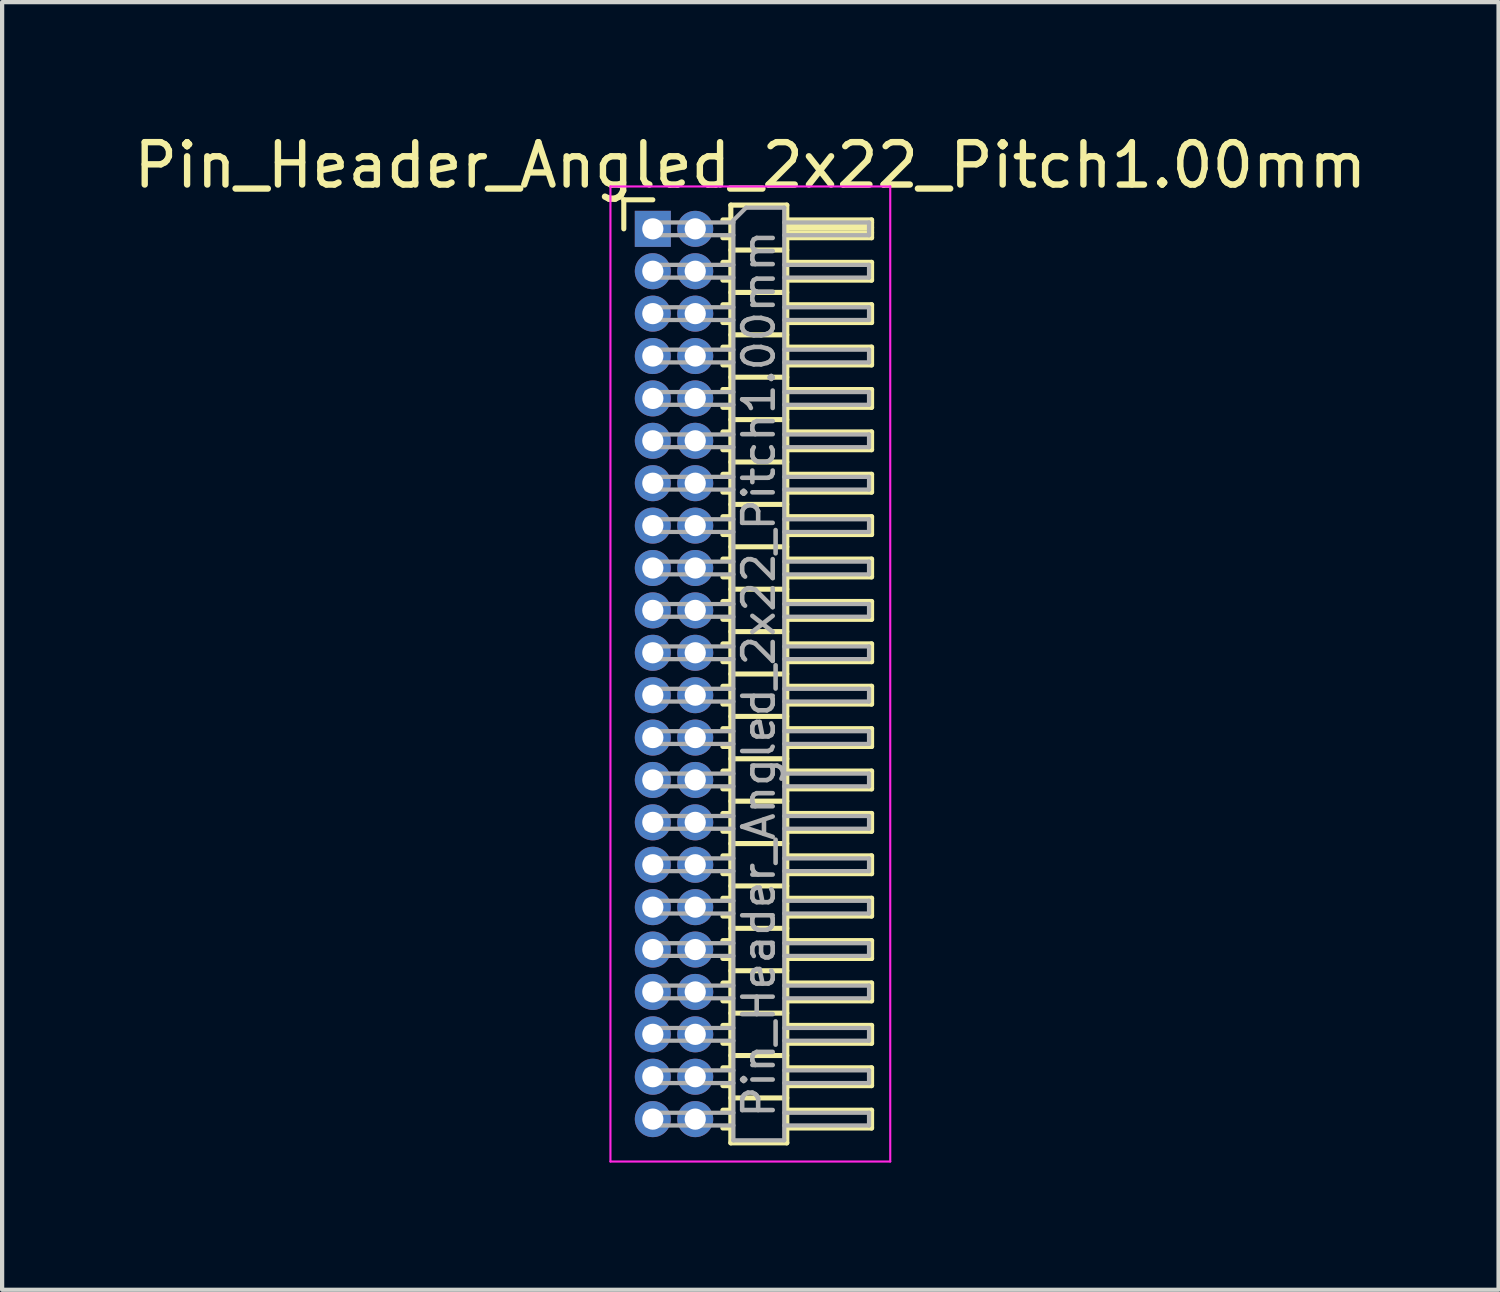
<source format=kicad_pcb>
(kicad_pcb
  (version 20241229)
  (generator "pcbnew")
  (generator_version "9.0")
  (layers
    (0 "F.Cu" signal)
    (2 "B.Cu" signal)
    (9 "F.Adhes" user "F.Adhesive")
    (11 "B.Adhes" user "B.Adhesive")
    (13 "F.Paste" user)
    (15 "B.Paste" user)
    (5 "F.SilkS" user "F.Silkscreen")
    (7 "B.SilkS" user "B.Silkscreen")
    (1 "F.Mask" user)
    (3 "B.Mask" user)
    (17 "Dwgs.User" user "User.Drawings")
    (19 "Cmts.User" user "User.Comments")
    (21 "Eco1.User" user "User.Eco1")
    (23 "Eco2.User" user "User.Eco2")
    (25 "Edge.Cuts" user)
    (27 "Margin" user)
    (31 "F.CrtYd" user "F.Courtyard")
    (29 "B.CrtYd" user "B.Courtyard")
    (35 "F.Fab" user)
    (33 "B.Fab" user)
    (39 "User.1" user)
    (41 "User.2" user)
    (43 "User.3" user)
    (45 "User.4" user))
  (footprint "Pin_Header_Angled_2x22_Pitch1.00mm"
    (layer "F.Cu")
    (at 12.349 2.348)
    (property "Reference" "Pin_Header_Angled_2x22_Pitch1.00mm" (at 2.3 -1.5 0) (layer "F.SilkS") (effects (font (size 1 1) (thickness 0.15))))
    (attr through_hole)
    (fp_line (start -0.685 -0.685) (end 0 -0.685) (stroke (width 0.12) (type solid)) (layer "F.SilkS"))
    (fp_line (start -0.685 0) (end -0.685 -0.685) (stroke (width 0.12) (type solid)) (layer "F.SilkS"))
    (fp_line (start 1.652 -0.21) (end 1.84 -0.21) (stroke (width 0.12) (type solid)) (layer "F.SilkS"))
    (fp_line (start 1.652 0.21) (end 1.84 0.21) (stroke (width 0.12) (type solid)) (layer "F.SilkS"))
    (fp_line (start 1.652 0.79) (end 1.84 0.79) (stroke (width 0.12) (type solid)) (layer "F.SilkS"))
    (fp_line (start 1.652 1.21) (end 1.84 1.21) (stroke (width 0.12) (type solid)) (layer "F.SilkS"))
    (fp_line (start 1.652 1.79) (end 1.84 1.79) (stroke (width 0.12) (type solid)) (layer "F.SilkS"))
    (fp_line (start 1.652 2.21) (end 1.84 2.21) (stroke (width 0.12) (type solid)) (layer "F.SilkS"))
    (fp_line (start 1.652 2.79) (end 1.84 2.79) (stroke (width 0.12) (type solid)) (layer "F.SilkS"))
    (fp_line (start 1.652 3.21) (end 1.84 3.21) (stroke (width 0.12) (type solid)) (layer "F.SilkS"))
    (fp_line (start 1.652 3.79) (end 1.84 3.79) (stroke (width 0.12) (type solid)) (layer "F.SilkS"))
    (fp_line (start 1.652 4.21) (end 1.84 4.21) (stroke (width 0.12) (type solid)) (layer "F.SilkS"))
    (fp_line (start 1.652 4.79) (end 1.84 4.79) (stroke (width 0.12) (type solid)) (layer "F.SilkS"))
    (fp_line (start 1.652 5.21) (end 1.84 5.21) (stroke (width 0.12) (type solid)) (layer "F.SilkS"))
    (fp_line (start 1.652 5.79) (end 1.84 5.79) (stroke (width 0.12) (type solid)) (layer "F.SilkS"))
    (fp_line (start 1.652 6.21) (end 1.84 6.21) (stroke (width 0.12) (type solid)) (layer "F.SilkS"))
    (fp_line (start 1.652 6.79) (end 1.84 6.79) (stroke (width 0.12) (type solid)) (layer "F.SilkS"))
    (fp_line (start 1.652 7.21) (end 1.84 7.21) (stroke (width 0.12) (type solid)) (layer "F.SilkS"))
    (fp_line (start 1.652 7.79) (end 1.84 7.79) (stroke (width 0.12) (type solid)) (layer "F.SilkS"))
    (fp_line (start 1.652 8.21) (end 1.84 8.21) (stroke (width 0.12) (type solid)) (layer "F.SilkS"))
    (fp_line (start 1.652 8.79) (end 1.84 8.79) (stroke (width 0.12) (type solid)) (layer "F.SilkS"))
    (fp_line (start 1.652 9.21) (end 1.84 9.21) (stroke (width 0.12) (type solid)) (layer "F.SilkS"))
    (fp_line (start 1.652 9.79) (end 1.84 9.79) (stroke (width 0.12) (type solid)) (layer "F.SilkS"))
    (fp_line (start 1.652 10.21) (end 1.84 10.21) (stroke (width 0.12) (type solid)) (layer "F.SilkS"))
    (fp_line (start 1.652 10.79) (end 1.84 10.79) (stroke (width 0.12) (type solid)) (layer "F.SilkS"))
    (fp_line (start 1.652 11.21) (end 1.84 11.21) (stroke (width 0.12) (type solid)) (layer "F.SilkS"))
    (fp_line (start 1.652 11.79) (end 1.84 11.79) (stroke (width 0.12) (type solid)) (layer "F.SilkS"))
    (fp_line (start 1.652 12.21) (end 1.84 12.21) (stroke (width 0.12) (type solid)) (layer "F.SilkS"))
    (fp_line (start 1.652 12.79) (end 1.84 12.79) (stroke (width 0.12) (type solid)) (layer "F.SilkS"))
    (fp_line (start 1.652 13.21) (end 1.84 13.21) (stroke (width 0.12) (type solid)) (layer "F.SilkS"))
    (fp_line (start 1.652 13.79) (end 1.84 13.79) (stroke (width 0.12) (type solid)) (layer "F.SilkS"))
    (fp_line (start 1.652 14.21) (end 1.84 14.21) (stroke (width 0.12) (type solid)) (layer "F.SilkS"))
    (fp_line (start 1.652 14.79) (end 1.84 14.79) (stroke (width 0.12) (type solid)) (layer "F.SilkS"))
    (fp_line (start 1.652 15.21) (end 1.84 15.21) (stroke (width 0.12) (type solid)) (layer "F.SilkS"))
    (fp_line (start 1.652 15.79) (end 1.84 15.79) (stroke (width 0.12) (type solid)) (layer "F.SilkS"))
    (fp_line (start 1.652 16.21) (end 1.84 16.21) (stroke (width 0.12) (type solid)) (layer "F.SilkS"))
    (fp_line (start 1.652 16.79) (end 1.84 16.79) (stroke (width 0.12) (type solid)) (layer "F.SilkS"))
    (fp_line (start 1.652 17.21) (end 1.84 17.21) (stroke (width 0.12) (type solid)) (layer "F.SilkS"))
    (fp_line (start 1.652 17.79) (end 1.84 17.79) (stroke (width 0.12) (type solid)) (layer "F.SilkS"))
    (fp_line (start 1.652 18.21) (end 1.84 18.21) (stroke (width 0.12) (type solid)) (layer "F.SilkS"))
    (fp_line (start 1.652 18.79) (end 1.84 18.79) (stroke (width 0.12) (type solid)) (layer "F.SilkS"))
    (fp_line (start 1.652 19.21) (end 1.84 19.21) (stroke (width 0.12) (type solid)) (layer "F.SilkS"))
    (fp_line (start 1.652 19.79) (end 1.84 19.79) (stroke (width 0.12) (type solid)) (layer "F.SilkS"))
    (fp_line (start 1.652 20.21) (end 1.84 20.21) (stroke (width 0.12) (type solid)) (layer "F.SilkS"))
    (fp_line (start 1.652 20.79) (end 1.84 20.79) (stroke (width 0.12) (type solid)) (layer "F.SilkS"))
    (fp_line (start 1.652 21.21) (end 1.84 21.21) (stroke (width 0.12) (type solid)) (layer "F.SilkS"))
    (fp_line (start 1.84 -0.56) (end 1.84 21.56) (stroke (width 0.12) (type solid)) (layer "F.SilkS"))
    (fp_line (start 1.84 0.5) (end 3.16 0.5) (stroke (width 0.12) (type solid)) (layer "F.SilkS"))
    (fp_line (start 1.84 1.5) (end 3.16 1.5) (stroke (width 0.12) (type solid)) (layer "F.SilkS"))
    (fp_line (start 1.84 2.5) (end 3.16 2.5) (stroke (width 0.12) (type solid)) (layer "F.SilkS"))
    (fp_line (start 1.84 3.5) (end 3.16 3.5) (stroke (width 0.12) (type solid)) (layer "F.SilkS"))
    (fp_line (start 1.84 4.5) (end 3.16 4.5) (stroke (width 0.12) (type solid)) (layer "F.SilkS"))
    (fp_line (start 1.84 5.5) (end 3.16 5.5) (stroke (width 0.12) (type solid)) (layer "F.SilkS"))
    (fp_line (start 1.84 6.5) (end 3.16 6.5) (stroke (width 0.12) (type solid)) (layer "F.SilkS"))
    (fp_line (start 1.84 7.5) (end 3.16 7.5) (stroke (width 0.12) (type solid)) (layer "F.SilkS"))
    (fp_line (start 1.84 8.5) (end 3.16 8.5) (stroke (width 0.12) (type solid)) (layer "F.SilkS"))
    (fp_line (start 1.84 9.5) (end 3.16 9.5) (stroke (width 0.12) (type solid)) (layer "F.SilkS"))
    (fp_line (start 1.84 10.5) (end 3.16 10.5) (stroke (width 0.12) (type solid)) (layer "F.SilkS"))
    (fp_line (start 1.84 11.5) (end 3.16 11.5) (stroke (width 0.12) (type solid)) (layer "F.SilkS"))
    (fp_line (start 1.84 12.5) (end 3.16 12.5) (stroke (width 0.12) (type solid)) (layer "F.SilkS"))
    (fp_line (start 1.84 13.5) (end 3.16 13.5) (stroke (width 0.12) (type solid)) (layer "F.SilkS"))
    (fp_line (start 1.84 14.5) (end 3.16 14.5) (stroke (width 0.12) (type solid)) (layer "F.SilkS"))
    (fp_line (start 1.84 15.5) (end 3.16 15.5) (stroke (width 0.12) (type solid)) (layer "F.SilkS"))
    (fp_line (start 1.84 16.5) (end 3.16 16.5) (stroke (width 0.12) (type solid)) (layer "F.SilkS"))
    (fp_line (start 1.84 17.5) (end 3.16 17.5) (stroke (width 0.12) (type solid)) (layer "F.SilkS"))
    (fp_line (start 1.84 18.5) (end 3.16 18.5) (stroke (width 0.12) (type solid)) (layer "F.SilkS"))
    (fp_line (start 1.84 19.5) (end 3.16 19.5) (stroke (width 0.12) (type solid)) (layer "F.SilkS"))
    (fp_line (start 1.84 20.5) (end 3.16 20.5) (stroke (width 0.12) (type solid)) (layer "F.SilkS"))
    (fp_line (start 1.84 21.56) (end 3.16 21.56) (stroke (width 0.12) (type solid)) (layer "F.SilkS"))
    (fp_line (start 3.16 -0.56) (end 1.84 -0.56) (stroke (width 0.12) (type solid)) (layer "F.SilkS"))
    (fp_line (start 3.16 -0.21) (end 5.16 -0.21) (stroke (width 0.12) (type solid)) (layer "F.SilkS"))
    (fp_line (start 3.16 -0.15) (end 5.16 -0.15) (stroke (width 0.12) (type solid)) (layer "F.SilkS"))
    (fp_line (start 3.16 -0.03) (end 5.16 -0.03) (stroke (width 0.12) (type solid)) (layer "F.SilkS"))
    (fp_line (start 3.16 0.09) (end 5.16 0.09) (stroke (width 0.12) (type solid)) (layer "F.SilkS"))
    (fp_line (start 3.16 0.79) (end 5.16 0.79) (stroke (width 0.12) (type solid)) (layer "F.SilkS"))
    (fp_line (start 3.16 1.79) (end 5.16 1.79) (stroke (width 0.12) (type solid)) (layer "F.SilkS"))
    (fp_line (start 3.16 2.79) (end 5.16 2.79) (stroke (width 0.12) (type solid)) (layer "F.SilkS"))
    (fp_line (start 3.16 3.79) (end 5.16 3.79) (stroke (width 0.12) (type solid)) (layer "F.SilkS"))
    (fp_line (start 3.16 4.79) (end 5.16 4.79) (stroke (width 0.12) (type solid)) (layer "F.SilkS"))
    (fp_line (start 3.16 5.79) (end 5.16 5.79) (stroke (width 0.12) (type solid)) (layer "F.SilkS"))
    (fp_line (start 3.16 6.79) (end 5.16 6.79) (stroke (width 0.12) (type solid)) (layer "F.SilkS"))
    (fp_line (start 3.16 7.79) (end 5.16 7.79) (stroke (width 0.12) (type solid)) (layer "F.SilkS"))
    (fp_line (start 3.16 8.79) (end 5.16 8.79) (stroke (width 0.12) (type solid)) (layer "F.SilkS"))
    (fp_line (start 3.16 9.79) (end 5.16 9.79) (stroke (width 0.12) (type solid)) (layer "F.SilkS"))
    (fp_line (start 3.16 10.79) (end 5.16 10.79) (stroke (width 0.12) (type solid)) (layer "F.SilkS"))
    (fp_line (start 3.16 11.79) (end 5.16 11.79) (stroke (width 0.12) (type solid)) (layer "F.SilkS"))
    (fp_line (start 3.16 12.79) (end 5.16 12.79) (stroke (width 0.12) (type solid)) (layer "F.SilkS"))
    (fp_line (start 3.16 13.79) (end 5.16 13.79) (stroke (width 0.12) (type solid)) (layer "F.SilkS"))
    (fp_line (start 3.16 14.79) (end 5.16 14.79) (stroke (width 0.12) (type solid)) (layer "F.SilkS"))
    (fp_line (start 3.16 15.79) (end 5.16 15.79) (stroke (width 0.12) (type solid)) (layer "F.SilkS"))
    (fp_line (start 3.16 16.79) (end 5.16 16.79) (stroke (width 0.12) (type solid)) (layer "F.SilkS"))
    (fp_line (start 3.16 17.79) (end 5.16 17.79) (stroke (width 0.12) (type solid)) (layer "F.SilkS"))
    (fp_line (start 3.16 18.79) (end 5.16 18.79) (stroke (width 0.12) (type solid)) (layer "F.SilkS"))
    (fp_line (start 3.16 19.79) (end 5.16 19.79) (stroke (width 0.12) (type solid)) (layer "F.SilkS"))
    (fp_line (start 3.16 20.79) (end 5.16 20.79) (stroke (width 0.12) (type solid)) (layer "F.SilkS"))
    (fp_line (start 3.16 21.56) (end 3.16 -0.56) (stroke (width 0.12) (type solid)) (layer "F.SilkS"))
    (fp_line (start 5.16 -0.21) (end 5.16 0.21) (stroke (width 0.12) (type solid)) (layer "F.SilkS"))
    (fp_line (start 5.16 0.21) (end 3.16 0.21) (stroke (width 0.12) (type solid)) (layer "F.SilkS"))
    (fp_line (start 5.16 0.79) (end 5.16 1.21) (stroke (width 0.12) (type solid)) (layer "F.SilkS"))
    (fp_line (start 5.16 1.21) (end 3.16 1.21) (stroke (width 0.12) (type solid)) (layer "F.SilkS"))
    (fp_line (start 5.16 1.79) (end 5.16 2.21) (stroke (width 0.12) (type solid)) (layer "F.SilkS"))
    (fp_line (start 5.16 2.21) (end 3.16 2.21) (stroke (width 0.12) (type solid)) (layer "F.SilkS"))
    (fp_line (start 5.16 2.79) (end 5.16 3.21) (stroke (width 0.12) (type solid)) (layer "F.SilkS"))
    (fp_line (start 5.16 3.21) (end 3.16 3.21) (stroke (width 0.12) (type solid)) (layer "F.SilkS"))
    (fp_line (start 5.16 3.79) (end 5.16 4.21) (stroke (width 0.12) (type solid)) (layer "F.SilkS"))
    (fp_line (start 5.16 4.21) (end 3.16 4.21) (stroke (width 0.12) (type solid)) (layer "F.SilkS"))
    (fp_line (start 5.16 4.79) (end 5.16 5.21) (stroke (width 0.12) (type solid)) (layer "F.SilkS"))
    (fp_line (start 5.16 5.21) (end 3.16 5.21) (stroke (width 0.12) (type solid)) (layer "F.SilkS"))
    (fp_line (start 5.16 5.79) (end 5.16 6.21) (stroke (width 0.12) (type solid)) (layer "F.SilkS"))
    (fp_line (start 5.16 6.21) (end 3.16 6.21) (stroke (width 0.12) (type solid)) (layer "F.SilkS"))
    (fp_line (start 5.16 6.79) (end 5.16 7.21) (stroke (width 0.12) (type solid)) (layer "F.SilkS"))
    (fp_line (start 5.16 7.21) (end 3.16 7.21) (stroke (width 0.12) (type solid)) (layer "F.SilkS"))
    (fp_line (start 5.16 7.79) (end 5.16 8.21) (stroke (width 0.12) (type solid)) (layer "F.SilkS"))
    (fp_line (start 5.16 8.21) (end 3.16 8.21) (stroke (width 0.12) (type solid)) (layer "F.SilkS"))
    (fp_line (start 5.16 8.79) (end 5.16 9.21) (stroke (width 0.12) (type solid)) (layer "F.SilkS"))
    (fp_line (start 5.16 9.21) (end 3.16 9.21) (stroke (width 0.12) (type solid)) (layer "F.SilkS"))
    (fp_line (start 5.16 9.79) (end 5.16 10.21) (stroke (width 0.12) (type solid)) (layer "F.SilkS"))
    (fp_line (start 5.16 10.21) (end 3.16 10.21) (stroke (width 0.12) (type solid)) (layer "F.SilkS"))
    (fp_line (start 5.16 10.79) (end 5.16 11.21) (stroke (width 0.12) (type solid)) (layer "F.SilkS"))
    (fp_line (start 5.16 11.21) (end 3.16 11.21) (stroke (width 0.12) (type solid)) (layer "F.SilkS"))
    (fp_line (start 5.16 11.79) (end 5.16 12.21) (stroke (width 0.12) (type solid)) (layer "F.SilkS"))
    (fp_line (start 5.16 12.21) (end 3.16 12.21) (stroke (width 0.12) (type solid)) (layer "F.SilkS"))
    (fp_line (start 5.16 12.79) (end 5.16 13.21) (stroke (width 0.12) (type solid)) (layer "F.SilkS"))
    (fp_line (start 5.16 13.21) (end 3.16 13.21) (stroke (width 0.12) (type solid)) (layer "F.SilkS"))
    (fp_line (start 5.16 13.79) (end 5.16 14.21) (stroke (width 0.12) (type solid)) (layer "F.SilkS"))
    (fp_line (start 5.16 14.21) (end 3.16 14.21) (stroke (width 0.12) (type solid)) (layer "F.SilkS"))
    (fp_line (start 5.16 14.79) (end 5.16 15.21) (stroke (width 0.12) (type solid)) (layer "F.SilkS"))
    (fp_line (start 5.16 15.21) (end 3.16 15.21) (stroke (width 0.12) (type solid)) (layer "F.SilkS"))
    (fp_line (start 5.16 15.79) (end 5.16 16.21) (stroke (width 0.12) (type solid)) (layer "F.SilkS"))
    (fp_line (start 5.16 16.21) (end 3.16 16.21) (stroke (width 0.12) (type solid)) (layer "F.SilkS"))
    (fp_line (start 5.16 16.79) (end 5.16 17.21) (stroke (width 0.12) (type solid)) (layer "F.SilkS"))
    (fp_line (start 5.16 17.21) (end 3.16 17.21) (stroke (width 0.12) (type solid)) (layer "F.SilkS"))
    (fp_line (start 5.16 17.79) (end 5.16 18.21) (stroke (width 0.12) (type solid)) (layer "F.SilkS"))
    (fp_line (start 5.16 18.21) (end 3.16 18.21) (stroke (width 0.12) (type solid)) (layer "F.SilkS"))
    (fp_line (start 5.16 18.79) (end 5.16 19.21) (stroke (width 0.12) (type solid)) (layer "F.SilkS"))
    (fp_line (start 5.16 19.21) (end 3.16 19.21) (stroke (width 0.12) (type solid)) (layer "F.SilkS"))
    (fp_line (start 5.16 19.79) (end 5.16 20.21) (stroke (width 0.12) (type solid)) (layer "F.SilkS"))
    (fp_line (start 5.16 20.21) (end 3.16 20.21) (stroke (width 0.12) (type solid)) (layer "F.SilkS"))
    (fp_line (start 5.16 20.79) (end 5.16 21.21) (stroke (width 0.12) (type solid)) (layer "F.SilkS"))
    (fp_line (start 5.16 21.21) (end 3.16 21.21) (stroke (width 0.12) (type solid)) (layer "F.SilkS"))
    (fp_line (start -1 -1) (end -1 22) (stroke (width 0.05) (type solid)) (layer "F.CrtYd"))
    (fp_line (start -1 22) (end 5.6 22) (stroke (width 0.05) (type solid)) (layer "F.CrtYd"))
    (fp_line (start 5.6 -1) (end -1 -1) (stroke (width 0.05) (type solid)) (layer "F.CrtYd"))
    (fp_line (start 5.6 22) (end 5.6 -1) (stroke (width 0.05) (type solid)) (layer "F.CrtYd"))
    (fp_line (start -0.15 -0.15) (end -0.15 0.15) (stroke (width 0.1) (type solid)) (layer "F.Fab"))
    (fp_line (start -0.15 -0.15) (end 1.9 -0.15) (stroke (width 0.1) (type solid)) (layer "F.Fab"))
    (fp_line (start -0.15 0.15) (end 1.9 0.15) (stroke (width 0.1) (type solid)) (layer "F.Fab"))
    (fp_line (start -0.15 0.85) (end -0.15 1.15) (stroke (width 0.1) (type solid)) (layer "F.Fab"))
    (fp_line (start -0.15 0.85) (end 1.9 0.85) (stroke (width 0.1) (type solid)) (layer "F.Fab"))
    (fp_line (start -0.15 1.15) (end 1.9 1.15) (stroke (width 0.1) (type solid)) (layer "F.Fab"))
    (fp_line (start -0.15 1.85) (end -0.15 2.15) (stroke (width 0.1) (type solid)) (layer "F.Fab"))
    (fp_line (start -0.15 1.85) (end 1.9 1.85) (stroke (width 0.1) (type solid)) (layer "F.Fab"))
    (fp_line (start -0.15 2.15) (end 1.9 2.15) (stroke (width 0.1) (type solid)) (layer "F.Fab"))
    (fp_line (start -0.15 2.85) (end -0.15 3.15) (stroke (width 0.1) (type solid)) (layer "F.Fab"))
    (fp_line (start -0.15 2.85) (end 1.9 2.85) (stroke (width 0.1) (type solid)) (layer "F.Fab"))
    (fp_line (start -0.15 3.15) (end 1.9 3.15) (stroke (width 0.1) (type solid)) (layer "F.Fab"))
    (fp_line (start -0.15 3.85) (end -0.15 4.15) (stroke (width 0.1) (type solid)) (layer "F.Fab"))
    (fp_line (start -0.15 3.85) (end 1.9 3.85) (stroke (width 0.1) (type solid)) (layer "F.Fab"))
    (fp_line (start -0.15 4.15) (end 1.9 4.15) (stroke (width 0.1) (type solid)) (layer "F.Fab"))
    (fp_line (start -0.15 4.85) (end -0.15 5.15) (stroke (width 0.1) (type solid)) (layer "F.Fab"))
    (fp_line (start -0.15 4.85) (end 1.9 4.85) (stroke (width 0.1) (type solid)) (layer "F.Fab"))
    (fp_line (start -0.15 5.15) (end 1.9 5.15) (stroke (width 0.1) (type solid)) (layer "F.Fab"))
    (fp_line (start -0.15 5.85) (end -0.15 6.15) (stroke (width 0.1) (type solid)) (layer "F.Fab"))
    (fp_line (start -0.15 5.85) (end 1.9 5.85) (stroke (width 0.1) (type solid)) (layer "F.Fab"))
    (fp_line (start -0.15 6.15) (end 1.9 6.15) (stroke (width 0.1) (type solid)) (layer "F.Fab"))
    (fp_line (start -0.15 6.85) (end -0.15 7.15) (stroke (width 0.1) (type solid)) (layer "F.Fab"))
    (fp_line (start -0.15 6.85) (end 1.9 6.85) (stroke (width 0.1) (type solid)) (layer "F.Fab"))
    (fp_line (start -0.15 7.15) (end 1.9 7.15) (stroke (width 0.1) (type solid)) (layer "F.Fab"))
    (fp_line (start -0.15 7.85) (end -0.15 8.15) (stroke (width 0.1) (type solid)) (layer "F.Fab"))
    (fp_line (start -0.15 7.85) (end 1.9 7.85) (stroke (width 0.1) (type solid)) (layer "F.Fab"))
    (fp_line (start -0.15 8.15) (end 1.9 8.15) (stroke (width 0.1) (type solid)) (layer "F.Fab"))
    (fp_line (start -0.15 8.85) (end -0.15 9.15) (stroke (width 0.1) (type solid)) (layer "F.Fab"))
    (fp_line (start -0.15 8.85) (end 1.9 8.85) (stroke (width 0.1) (type solid)) (layer "F.Fab"))
    (fp_line (start -0.15 9.15) (end 1.9 9.15) (stroke (width 0.1) (type solid)) (layer "F.Fab"))
    (fp_line (start -0.15 9.85) (end -0.15 10.15) (stroke (width 0.1) (type solid)) (layer "F.Fab"))
    (fp_line (start -0.15 9.85) (end 1.9 9.85) (stroke (width 0.1) (type solid)) (layer "F.Fab"))
    (fp_line (start -0.15 10.15) (end 1.9 10.15) (stroke (width 0.1) (type solid)) (layer "F.Fab"))
    (fp_line (start -0.15 10.85) (end -0.15 11.15) (stroke (width 0.1) (type solid)) (layer "F.Fab"))
    (fp_line (start -0.15 10.85) (end 1.9 10.85) (stroke (width 0.1) (type solid)) (layer "F.Fab"))
    (fp_line (start -0.15 11.15) (end 1.9 11.15) (stroke (width 0.1) (type solid)) (layer "F.Fab"))
    (fp_line (start -0.15 11.85) (end -0.15 12.15) (stroke (width 0.1) (type solid)) (layer "F.Fab"))
    (fp_line (start -0.15 11.85) (end 1.9 11.85) (stroke (width 0.1) (type solid)) (layer "F.Fab"))
    (fp_line (start -0.15 12.15) (end 1.9 12.15) (stroke (width 0.1) (type solid)) (layer "F.Fab"))
    (fp_line (start -0.15 12.85) (end -0.15 13.15) (stroke (width 0.1) (type solid)) (layer "F.Fab"))
    (fp_line (start -0.15 12.85) (end 1.9 12.85) (stroke (width 0.1) (type solid)) (layer "F.Fab"))
    (fp_line (start -0.15 13.15) (end 1.9 13.15) (stroke (width 0.1) (type solid)) (layer "F.Fab"))
    (fp_line (start -0.15 13.85) (end -0.15 14.15) (stroke (width 0.1) (type solid)) (layer "F.Fab"))
    (fp_line (start -0.15 13.85) (end 1.9 13.85) (stroke (width 0.1) (type solid)) (layer "F.Fab"))
    (fp_line (start -0.15 14.15) (end 1.9 14.15) (stroke (width 0.1) (type solid)) (layer "F.Fab"))
    (fp_line (start -0.15 14.85) (end -0.15 15.15) (stroke (width 0.1) (type solid)) (layer "F.Fab"))
    (fp_line (start -0.15 14.85) (end 1.9 14.85) (stroke (width 0.1) (type solid)) (layer "F.Fab"))
    (fp_line (start -0.15 15.15) (end 1.9 15.15) (stroke (width 0.1) (type solid)) (layer "F.Fab"))
    (fp_line (start -0.15 15.85) (end -0.15 16.15) (stroke (width 0.1) (type solid)) (layer "F.Fab"))
    (fp_line (start -0.15 15.85) (end 1.9 15.85) (stroke (width 0.1) (type solid)) (layer "F.Fab"))
    (fp_line (start -0.15 16.15) (end 1.9 16.15) (stroke (width 0.1) (type solid)) (layer "F.Fab"))
    (fp_line (start -0.15 16.85) (end -0.15 17.15) (stroke (width 0.1) (type solid)) (layer "F.Fab"))
    (fp_line (start -0.15 16.85) (end 1.9 16.85) (stroke (width 0.1) (type solid)) (layer "F.Fab"))
    (fp_line (start -0.15 17.15) (end 1.9 17.15) (stroke (width 0.1) (type solid)) (layer "F.Fab"))
    (fp_line (start -0.15 17.85) (end -0.15 18.15) (stroke (width 0.1) (type solid)) (layer "F.Fab"))
    (fp_line (start -0.15 17.85) (end 1.9 17.85) (stroke (width 0.1) (type solid)) (layer "F.Fab"))
    (fp_line (start -0.15 18.15) (end 1.9 18.15) (stroke (width 0.1) (type solid)) (layer "F.Fab"))
    (fp_line (start -0.15 18.85) (end -0.15 19.15) (stroke (width 0.1) (type solid)) (layer "F.Fab"))
    (fp_line (start -0.15 18.85) (end 1.9 18.85) (stroke (width 0.1) (type solid)) (layer "F.Fab"))
    (fp_line (start -0.15 19.15) (end 1.9 19.15) (stroke (width 0.1) (type solid)) (layer "F.Fab"))
    (fp_line (start -0.15 19.85) (end -0.15 20.15) (stroke (width 0.1) (type solid)) (layer "F.Fab"))
    (fp_line (start -0.15 19.85) (end 1.9 19.85) (stroke (width 0.1) (type solid)) (layer "F.Fab"))
    (fp_line (start -0.15 20.15) (end 1.9 20.15) (stroke (width 0.1) (type solid)) (layer "F.Fab"))
    (fp_line (start -0.15 20.85) (end -0.15 21.15) (stroke (width 0.1) (type solid)) (layer "F.Fab"))
    (fp_line (start -0.15 20.85) (end 1.9 20.85) (stroke (width 0.1) (type solid)) (layer "F.Fab"))
    (fp_line (start -0.15 21.15) (end 1.9 21.15) (stroke (width 0.1) (type solid)) (layer "F.Fab"))
    (fp_line (start 1.9 -0.2) (end 2.2 -0.5) (stroke (width 0.1) (type solid)) (layer "F.Fab"))
    (fp_line (start 1.9 21.5) (end 1.9 -0.2) (stroke (width 0.1) (type solid)) (layer "F.Fab"))
    (fp_line (start 2.2 -0.5) (end 3.1 -0.5) (stroke (width 0.1) (type solid)) (layer "F.Fab"))
    (fp_line (start 3.1 -0.5) (end 3.1 21.5) (stroke (width 0.1) (type solid)) (layer "F.Fab"))
    (fp_line (start 3.1 -0.15) (end 5.1 -0.15) (stroke (width 0.1) (type solid)) (layer "F.Fab"))
    (fp_line (start 3.1 0.15) (end 5.1 0.15) (stroke (width 0.1) (type solid)) (layer "F.Fab"))
    (fp_line (start 3.1 0.85) (end 5.1 0.85) (stroke (width 0.1) (type solid)) (layer "F.Fab"))
    (fp_line (start 3.1 1.15) (end 5.1 1.15) (stroke (width 0.1) (type solid)) (layer "F.Fab"))
    (fp_line (start 3.1 1.85) (end 5.1 1.85) (stroke (width 0.1) (type solid)) (layer "F.Fab"))
    (fp_line (start 3.1 2.15) (end 5.1 2.15) (stroke (width 0.1) (type solid)) (layer "F.Fab"))
    (fp_line (start 3.1 2.85) (end 5.1 2.85) (stroke (width 0.1) (type solid)) (layer "F.Fab"))
    (fp_line (start 3.1 3.15) (end 5.1 3.15) (stroke (width 0.1) (type solid)) (layer "F.Fab"))
    (fp_line (start 3.1 3.85) (end 5.1 3.85) (stroke (width 0.1) (type solid)) (layer "F.Fab"))
    (fp_line (start 3.1 4.15) (end 5.1 4.15) (stroke (width 0.1) (type solid)) (layer "F.Fab"))
    (fp_line (start 3.1 4.85) (end 5.1 4.85) (stroke (width 0.1) (type solid)) (layer "F.Fab"))
    (fp_line (start 3.1 5.15) (end 5.1 5.15) (stroke (width 0.1) (type solid)) (layer "F.Fab"))
    (fp_line (start 3.1 5.85) (end 5.1 5.85) (stroke (width 0.1) (type solid)) (layer "F.Fab"))
    (fp_line (start 3.1 6.15) (end 5.1 6.15) (stroke (width 0.1) (type solid)) (layer "F.Fab"))
    (fp_line (start 3.1 6.85) (end 5.1 6.85) (stroke (width 0.1) (type solid)) (layer "F.Fab"))
    (fp_line (start 3.1 7.15) (end 5.1 7.15) (stroke (width 0.1) (type solid)) (layer "F.Fab"))
    (fp_line (start 3.1 7.85) (end 5.1 7.85) (stroke (width 0.1) (type solid)) (layer "F.Fab"))
    (fp_line (start 3.1 8.15) (end 5.1 8.15) (stroke (width 0.1) (type solid)) (layer "F.Fab"))
    (fp_line (start 3.1 8.85) (end 5.1 8.85) (stroke (width 0.1) (type solid)) (layer "F.Fab"))
    (fp_line (start 3.1 9.15) (end 5.1 9.15) (stroke (width 0.1) (type solid)) (layer "F.Fab"))
    (fp_line (start 3.1 9.85) (end 5.1 9.85) (stroke (width 0.1) (type solid)) (layer "F.Fab"))
    (fp_line (start 3.1 10.15) (end 5.1 10.15) (stroke (width 0.1) (type solid)) (layer "F.Fab"))
    (fp_line (start 3.1 10.85) (end 5.1 10.85) (stroke (width 0.1) (type solid)) (layer "F.Fab"))
    (fp_line (start 3.1 11.15) (end 5.1 11.15) (stroke (width 0.1) (type solid)) (layer "F.Fab"))
    (fp_line (start 3.1 11.85) (end 5.1 11.85) (stroke (width 0.1) (type solid)) (layer "F.Fab"))
    (fp_line (start 3.1 12.15) (end 5.1 12.15) (stroke (width 0.1) (type solid)) (layer "F.Fab"))
    (fp_line (start 3.1 12.85) (end 5.1 12.85) (stroke (width 0.1) (type solid)) (layer "F.Fab"))
    (fp_line (start 3.1 13.15) (end 5.1 13.15) (stroke (width 0.1) (type solid)) (layer "F.Fab"))
    (fp_line (start 3.1 13.85) (end 5.1 13.85) (stroke (width 0.1) (type solid)) (layer "F.Fab"))
    (fp_line (start 3.1 14.15) (end 5.1 14.15) (stroke (width 0.1) (type solid)) (layer "F.Fab"))
    (fp_line (start 3.1 14.85) (end 5.1 14.85) (stroke (width 0.1) (type solid)) (layer "F.Fab"))
    (fp_line (start 3.1 15.15) (end 5.1 15.15) (stroke (width 0.1) (type solid)) (layer "F.Fab"))
    (fp_line (start 3.1 15.85) (end 5.1 15.85) (stroke (width 0.1) (type solid)) (layer "F.Fab"))
    (fp_line (start 3.1 16.15) (end 5.1 16.15) (stroke (width 0.1) (type solid)) (layer "F.Fab"))
    (fp_line (start 3.1 16.85) (end 5.1 16.85) (stroke (width 0.1) (type solid)) (layer "F.Fab"))
    (fp_line (start 3.1 17.15) (end 5.1 17.15) (stroke (width 0.1) (type solid)) (layer "F.Fab"))
    (fp_line (start 3.1 17.85) (end 5.1 17.85) (stroke (width 0.1) (type solid)) (layer "F.Fab"))
    (fp_line (start 3.1 18.15) (end 5.1 18.15) (stroke (width 0.1) (type solid)) (layer "F.Fab"))
    (fp_line (start 3.1 18.85) (end 5.1 18.85) (stroke (width 0.1) (type solid)) (layer "F.Fab"))
    (fp_line (start 3.1 19.15) (end 5.1 19.15) (stroke (width 0.1) (type solid)) (layer "F.Fab"))
    (fp_line (start 3.1 19.85) (end 5.1 19.85) (stroke (width 0.1) (type solid)) (layer "F.Fab"))
    (fp_line (start 3.1 20.15) (end 5.1 20.15) (stroke (width 0.1) (type solid)) (layer "F.Fab"))
    (fp_line (start 3.1 20.85) (end 5.1 20.85) (stroke (width 0.1) (type solid)) (layer "F.Fab"))
    (fp_line (start 3.1 21.15) (end 5.1 21.15) (stroke (width 0.1) (type solid)) (layer "F.Fab"))
    (fp_line (start 3.1 21.5) (end 1.9 21.5) (stroke (width 0.1) (type solid)) (layer "F.Fab"))
    (fp_line (start 5.1 -0.15) (end 5.1 0.15) (stroke (width 0.1) (type solid)) (layer "F.Fab"))
    (fp_line (start 5.1 0.85) (end 5.1 1.15) (stroke (width 0.1) (type solid)) (layer "F.Fab"))
    (fp_line (start 5.1 1.85) (end 5.1 2.15) (stroke (width 0.1) (type solid)) (layer "F.Fab"))
    (fp_line (start 5.1 2.85) (end 5.1 3.15) (stroke (width 0.1) (type solid)) (layer "F.Fab"))
    (fp_line (start 5.1 3.85) (end 5.1 4.15) (stroke (width 0.1) (type solid)) (layer "F.Fab"))
    (fp_line (start 5.1 4.85) (end 5.1 5.15) (stroke (width 0.1) (type solid)) (layer "F.Fab"))
    (fp_line (start 5.1 5.85) (end 5.1 6.15) (stroke (width 0.1) (type solid)) (layer "F.Fab"))
    (fp_line (start 5.1 6.85) (end 5.1 7.15) (stroke (width 0.1) (type solid)) (layer "F.Fab"))
    (fp_line (start 5.1 7.85) (end 5.1 8.15) (stroke (width 0.1) (type solid)) (layer "F.Fab"))
    (fp_line (start 5.1 8.85) (end 5.1 9.15) (stroke (width 0.1) (type solid)) (layer "F.Fab"))
    (fp_line (start 5.1 9.85) (end 5.1 10.15) (stroke (width 0.1) (type solid)) (layer "F.Fab"))
    (fp_line (start 5.1 10.85) (end 5.1 11.15) (stroke (width 0.1) (type solid)) (layer "F.Fab"))
    (fp_line (start 5.1 11.85) (end 5.1 12.15) (stroke (width 0.1) (type solid)) (layer "F.Fab"))
    (fp_line (start 5.1 12.85) (end 5.1 13.15) (stroke (width 0.1) (type solid)) (layer "F.Fab"))
    (fp_line (start 5.1 13.85) (end 5.1 14.15) (stroke (width 0.1) (type solid)) (layer "F.Fab"))
    (fp_line (start 5.1 14.85) (end 5.1 15.15) (stroke (width 0.1) (type solid)) (layer "F.Fab"))
    (fp_line (start 5.1 15.85) (end 5.1 16.15) (stroke (width 0.1) (type solid)) (layer "F.Fab"))
    (fp_line (start 5.1 16.85) (end 5.1 17.15) (stroke (width 0.1) (type solid)) (layer "F.Fab"))
    (fp_line (start 5.1 17.85) (end 5.1 18.15) (stroke (width 0.1) (type solid)) (layer "F.Fab"))
    (fp_line (start 5.1 18.85) (end 5.1 19.15) (stroke (width 0.1) (type solid)) (layer "F.Fab"))
    (fp_line (start 5.1 19.85) (end 5.1 20.15) (stroke (width 0.1) (type solid)) (layer "F.Fab"))
    (fp_line (start 5.1 20.85) (end 5.1 21.15) (stroke (width 0.1) (type solid)) (layer "F.Fab"))
    (fp_text user "${REFERENCE}" (at 2.5 10.5 90) (layer "F.Fab") (effects (font (size 0.72 0.72) (thickness 0.108))))
    (pad "1" thru_hole rect (at 0 0) (size 0.85 0.85) (drill 0.5) (layers "*.Cu" "*.Mask"))
    (pad "2" thru_hole oval (at 1 0) (size 0.85 0.85) (drill 0.5) (layers "*.Cu" "*.Mask"))
    (pad "3" thru_hole oval (at 0 1) (size 0.85 0.85) (drill 0.5) (layers "*.Cu" "*.Mask"))
    (pad "4" thru_hole oval (at 1 1) (size 0.85 0.85) (drill 0.5) (layers "*.Cu" "*.Mask"))
    (pad "5" thru_hole oval (at 0 2) (size 0.85 0.85) (drill 0.5) (layers "*.Cu" "*.Mask"))
    (pad "6" thru_hole oval (at 1 2) (size 0.85 0.85) (drill 0.5) (layers "*.Cu" "*.Mask"))
    (pad "7" thru_hole oval (at 0 3) (size 0.85 0.85) (drill 0.5) (layers "*.Cu" "*.Mask"))
    (pad "8" thru_hole oval (at 1 3) (size 0.85 0.85) (drill 0.5) (layers "*.Cu" "*.Mask"))
    (pad "9" thru_hole oval (at 0 4) (size 0.85 0.85) (drill 0.5) (layers "*.Cu" "*.Mask"))
    (pad "10" thru_hole oval (at 1 4) (size 0.85 0.85) (drill 0.5) (layers "*.Cu" "*.Mask"))
    (pad "11" thru_hole oval (at 0 5) (size 0.85 0.85) (drill 0.5) (layers "*.Cu" "*.Mask"))
    (pad "12" thru_hole oval (at 1 5) (size 0.85 0.85) (drill 0.5) (layers "*.Cu" "*.Mask"))
    (pad "13" thru_hole oval (at 0 6) (size 0.85 0.85) (drill 0.5) (layers "*.Cu" "*.Mask"))
    (pad "14" thru_hole oval (at 1 6) (size 0.85 0.85) (drill 0.5) (layers "*.Cu" "*.Mask"))
    (pad "15" thru_hole oval (at 0 7) (size 0.85 0.85) (drill 0.5) (layers "*.Cu" "*.Mask"))
    (pad "16" thru_hole oval (at 1 7) (size 0.85 0.85) (drill 0.5) (layers "*.Cu" "*.Mask"))
    (pad "17" thru_hole oval (at 0 8) (size 0.85 0.85) (drill 0.5) (layers "*.Cu" "*.Mask"))
    (pad "18" thru_hole oval (at 1 8) (size 0.85 0.85) (drill 0.5) (layers "*.Cu" "*.Mask"))
    (pad "19" thru_hole oval (at 0 9) (size 0.85 0.85) (drill 0.5) (layers "*.Cu" "*.Mask"))
    (pad "20" thru_hole oval (at 1 9) (size 0.85 0.85) (drill 0.5) (layers "*.Cu" "*.Mask"))
    (pad "21" thru_hole oval (at 0 10) (size 0.85 0.85) (drill 0.5) (layers "*.Cu" "*.Mask"))
    (pad "22" thru_hole oval (at 1 10) (size 0.85 0.85) (drill 0.5) (layers "*.Cu" "*.Mask"))
    (pad "23" thru_hole oval (at 0 11) (size 0.85 0.85) (drill 0.5) (layers "*.Cu" "*.Mask"))
    (pad "24" thru_hole oval (at 1 11) (size 0.85 0.85) (drill 0.5) (layers "*.Cu" "*.Mask"))
    (pad "25" thru_hole oval (at 0 12) (size 0.85 0.85) (drill 0.5) (layers "*.Cu" "*.Mask"))
    (pad "26" thru_hole oval (at 1 12) (size 0.85 0.85) (drill 0.5) (layers "*.Cu" "*.Mask"))
    (pad "27" thru_hole oval (at 0 13) (size 0.85 0.85) (drill 0.5) (layers "*.Cu" "*.Mask"))
    (pad "28" thru_hole oval (at 1 13) (size 0.85 0.85) (drill 0.5) (layers "*.Cu" "*.Mask"))
    (pad "29" thru_hole oval (at 0 14) (size 0.85 0.85) (drill 0.5) (layers "*.Cu" "*.Mask"))
    (pad "30" thru_hole oval (at 1 14) (size 0.85 0.85) (drill 0.5) (layers "*.Cu" "*.Mask"))
    (pad "31" thru_hole oval (at 0 15) (size 0.85 0.85) (drill 0.5) (layers "*.Cu" "*.Mask"))
    (pad "32" thru_hole oval (at 1 15) (size 0.85 0.85) (drill 0.5) (layers "*.Cu" "*.Mask"))
    (pad "33" thru_hole oval (at 0 16) (size 0.85 0.85) (drill 0.5) (layers "*.Cu" "*.Mask"))
    (pad "34" thru_hole oval (at 1 16) (size 0.85 0.85) (drill 0.5) (layers "*.Cu" "*.Mask"))
    (pad "35" thru_hole oval (at 0 17) (size 0.85 0.85) (drill 0.5) (layers "*.Cu" "*.Mask"))
    (pad "36" thru_hole oval (at 1 17) (size 0.85 0.85) (drill 0.5) (layers "*.Cu" "*.Mask"))
    (pad "37" thru_hole oval (at 0 18) (size 0.85 0.85) (drill 0.5) (layers "*.Cu" "*.Mask"))
    (pad "38" thru_hole oval (at 1 18) (size 0.85 0.85) (drill 0.5) (layers "*.Cu" "*.Mask"))
    (pad "39" thru_hole oval (at 0 19) (size 0.85 0.85) (drill 0.5) (layers "*.Cu" "*.Mask"))
    (pad "40" thru_hole oval (at 1 19) (size 0.85 0.85) (drill 0.5) (layers "*.Cu" "*.Mask"))
    (pad "41" thru_hole oval (at 0 20) (size 0.85 0.85) (drill 0.5) (layers "*.Cu" "*.Mask"))
    (pad "42" thru_hole oval (at 1 20) (size 0.85 0.85) (drill 0.5) (layers "*.Cu" "*.Mask"))
    (pad "43" thru_hole oval (at 0 21) (size 0.85 0.85) (drill 0.5) (layers "*.Cu" "*.Mask"))
    (pad "44" thru_hole oval (at 1 21) (size 0.85 0.85) (drill 0.5) (layers "*.Cu" "*.Mask")))
  (gr_rect
    (start -3 -3)
    (end 32.298 27.373)
    (stroke (width 0.1) (type default))
    (fill no)
    (layer "Edge.Cuts")))
</source>
